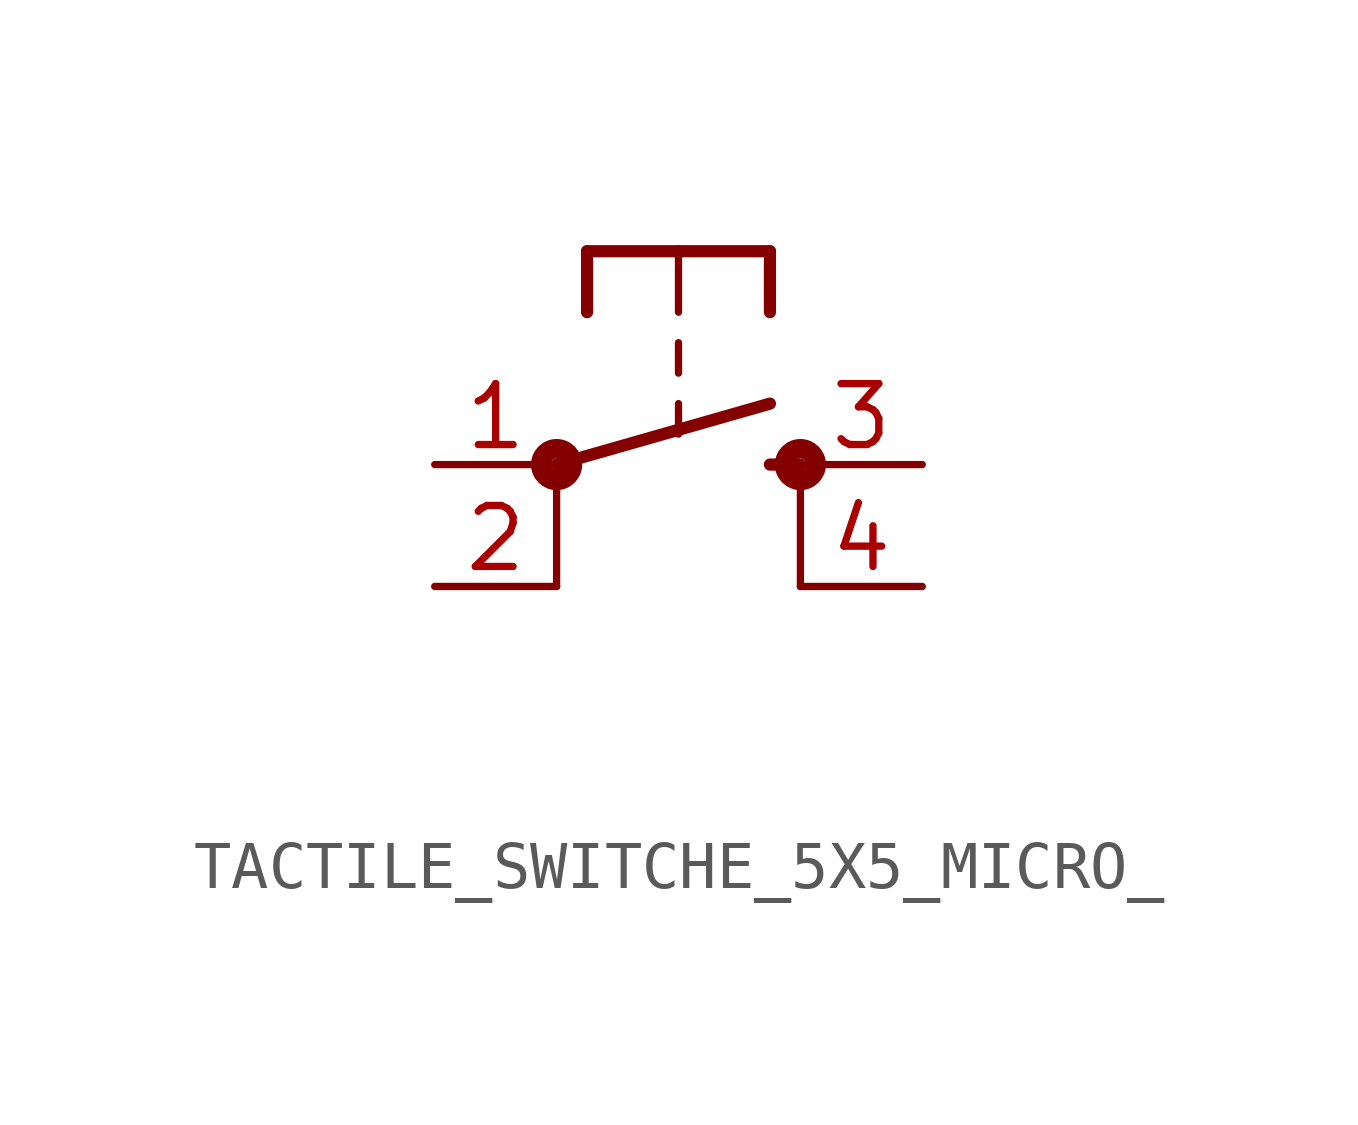
<source format=kicad_sym>
(kicad_symbol_lib
  (version 20220914)
  (generator kicad_symbol_editor)
  (symbol "TACTILE_SWITCHE_5X5_MICRO_"
    (property "Reference" ""
      (at -2.54 6.35 0)
      (effects (font (size 1.778 1.511)) (justify left bottom) hide))
    (property "Value" ""
      (at -2.54 -6.35 0)
      (effects (font (size 1.778 1.511)) (justify left bottom)))
    (property "ki_locked" ""
      (at 0 0 0)
      (effects (font (size 1.27 1.27))))
    (symbol "TACTILE_SWITCHE_5X5_MICRO__1_0"
      (circle (center -2.54 0) (radius 0.127) (stroke (width 0.406) (type solid)) (fill (type none)))
      (polyline (pts (xy -2.54 -2.54) (xy -2.54 0)) (stroke (width 0.152) (type solid)) (fill (type none)))
      (polyline (pts (xy -2.54 0) (xy 1.905 1.27)) (stroke (width 0.254) (type solid)) (fill (type none)))
      (polyline (pts (xy -1.905 4.445) (xy -1.905 3.175)) (stroke (width 0.254) (type solid)) (fill (type none)))
      (polyline (pts (xy 0 1.27) (xy 0 0.635)) (stroke (width 0.152) (type solid)) (fill (type none)))
      (polyline (pts (xy 0 2.54) (xy 0 1.905)) (stroke (width 0.152) (type solid)) (fill (type none)))
      (polyline (pts (xy 0 4.445) (xy -1.905 4.445)) (stroke (width 0.254) (type solid)) (fill (type none)))
      (polyline (pts (xy 0 4.445) (xy 0 3.175)) (stroke (width 0.152) (type solid)) (fill (type none)))
      (polyline (pts (xy 1.905 0) (xy 2.54 0)) (stroke (width 0.254) (type solid)) (fill (type none)))
      (polyline (pts (xy 1.905 4.445) (xy 0 4.445)) (stroke (width 0.254) (type solid)) (fill (type none)))
      (polyline (pts (xy 1.905 4.445) (xy 1.905 3.175)) (stroke (width 0.254) (type solid)) (fill (type none)))
      (polyline (pts (xy 2.54 -2.54) (xy 2.54 0)) (stroke (width 0.152) (type solid)) (fill (type none)))
      (circle (center 2.54 0) (radius 0.127) (stroke (width 0.406) (type solid)) (fill (type none)))
      (pin passive line (at -5.08 0 0) (length 2.54) (name "1" (effects (font (size 0 0)))) (number "1" (effects (font (size 1.27 1.27)))))
      (pin passive line (at -5.08 -2.54 0) (length 2.54) (name "2" (effects (font (size 0 0)))) (number "2" (effects (font (size 1.27 1.27)))))
      (pin passive line (at 5.08 0 180) (length 2.54) (name "3" (effects (font (size 0 0)))) (number "3" (effects (font (size 1.27 1.27)))))
      (pin passive line (at 5.08 -2.54 180) (length 2.54) (name "4" (effects (font (size 0 0)))) (number "4" (effects (font (size 1.27 1.27))))))))
</source>
